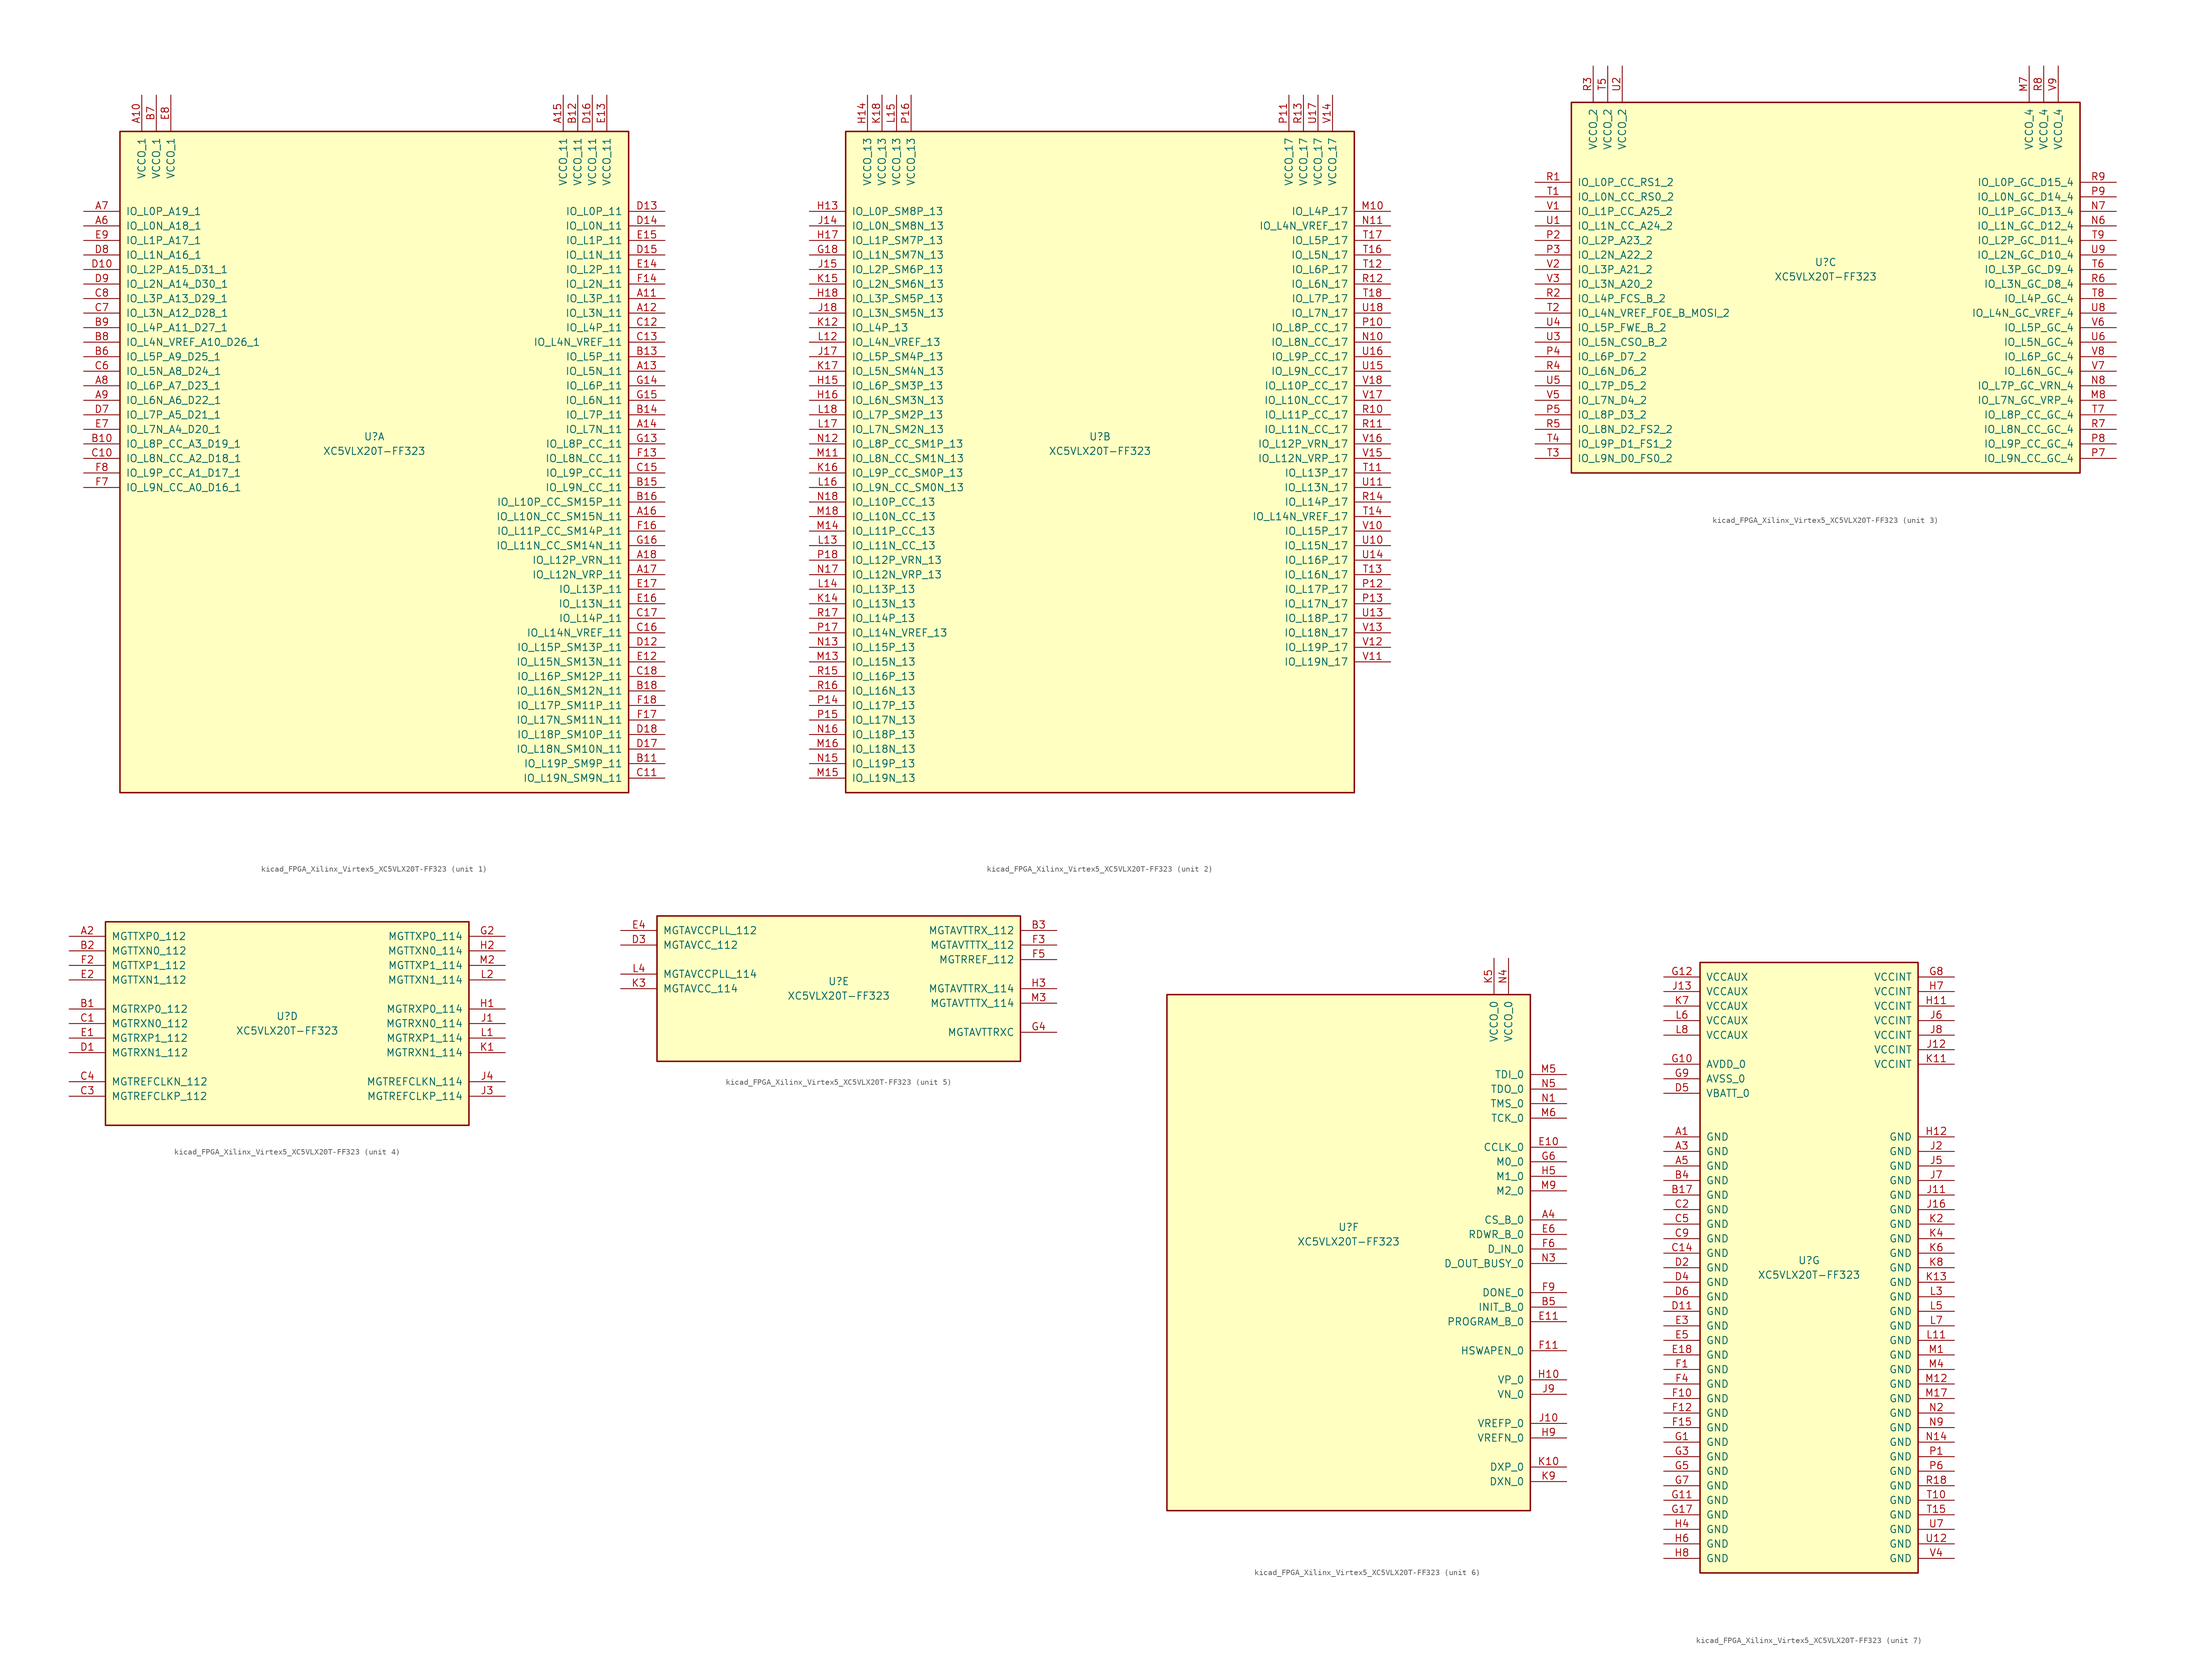
<source format=kicad_sym>
(kicad_symbol_lib
  (version 20220914)
  (generator kicad_symbol_editor)
  (symbol "kicad_FPGA_Xilinx_Virtex5_XC5VLX20T-FF323"
    (pin_names
      (offset 1.016))
    (property "Reference" "U"
      (at 0 1.27 0)
      (effects (font (size 1.27 1.27))))
    (property "Value" "XC5VLX20T-FF323"
      (at 0 -1.27 0)
      (effects (font (size 1.27 1.27))))
    (property "Datasheet" ""
      (at 0 0 0)
      (effects (font (size 1.27 1.27))))
    (property "ki_locked" ""
      (at 0 0 0)
      (effects (font (size 1.27 1.27))))
    (symbol "kicad_FPGA_Xilinx_Virtex5_XC5VLX20T-FF323_1_1"
      (rectangle (start -44.45 54.61) (end 44.45 -60.96) (stroke (width 0.254) (type default)) (fill (type background)))
      (pin power_in line (at -40.64 60.96 270) (length 6.35) (name "VCCO_1" (effects (font (size 1.27 1.27)))) (number "A10" (effects (font (size 1.27 1.27)))))
      (pin bidirectional line (at 50.8 25.4 180) (length 6.35) (name "IO_L3P_11" (effects (font (size 1.27 1.27)))) (number "A11" (effects (font (size 1.27 1.27)))))
      (pin bidirectional line (at 50.8 22.86 180) (length 6.35) (name "IO_L3N_11" (effects (font (size 1.27 1.27)))) (number "A12" (effects (font (size 1.27 1.27)))))
      (pin bidirectional line (at 50.8 12.7 180) (length 6.35) (name "IO_L5N_11" (effects (font (size 1.27 1.27)))) (number "A13" (effects (font (size 1.27 1.27)))))
      (pin bidirectional line (at 50.8 2.54 180) (length 6.35) (name "IO_L7N_11" (effects (font (size 1.27 1.27)))) (number "A14" (effects (font (size 1.27 1.27)))))
      (pin power_in line (at 33.02 60.96 270) (length 6.35) (name "VCCO_11" (effects (font (size 1.27 1.27)))) (number "A15" (effects (font (size 1.27 1.27)))))
      (pin bidirectional line (at 50.8 -12.7 180) (length 6.35) (name "IO_L10N_CC_SM15N_11" (effects (font (size 1.27 1.27)))) (number "A16" (effects (font (size 1.27 1.27)))))
      (pin bidirectional line (at 50.8 -22.86 180) (length 6.35) (name "IO_L12N_VRP_11" (effects (font (size 1.27 1.27)))) (number "A17" (effects (font (size 1.27 1.27)))))
      (pin bidirectional line (at 50.8 -20.32 180) (length 6.35) (name "IO_L12P_VRN_11" (effects (font (size 1.27 1.27)))) (number "A18" (effects (font (size 1.27 1.27)))))
      (pin bidirectional line (at -50.8 38.1 0) (length 6.35) (name "IO_L0N_A18_1" (effects (font (size 1.27 1.27)))) (number "A6" (effects (font (size 1.27 1.27)))))
      (pin bidirectional line (at -50.8 40.64 0) (length 6.35) (name "IO_L0P_A19_1" (effects (font (size 1.27 1.27)))) (number "A7" (effects (font (size 1.27 1.27)))))
      (pin bidirectional line (at -50.8 10.16 0) (length 6.35) (name "IO_L6P_A7_D23_1" (effects (font (size 1.27 1.27)))) (number "A8" (effects (font (size 1.27 1.27)))))
      (pin bidirectional line (at -50.8 7.62 0) (length 6.35) (name "IO_L6N_A6_D22_1" (effects (font (size 1.27 1.27)))) (number "A9" (effects (font (size 1.27 1.27)))))
      (pin bidirectional line (at -50.8 0 0) (length 6.35) (name "IO_L8P_CC_A3_D19_1" (effects (font (size 1.27 1.27)))) (number "B10" (effects (font (size 1.27 1.27)))))
      (pin bidirectional line (at 50.8 -55.88 180) (length 6.35) (name "IO_L19P_SM9P_11" (effects (font (size 1.27 1.27)))) (number "B11" (effects (font (size 1.27 1.27)))))
      (pin power_in line (at 35.56 60.96 270) (length 6.35) (name "VCCO_11" (effects (font (size 1.27 1.27)))) (number "B12" (effects (font (size 1.27 1.27)))))
      (pin bidirectional line (at 50.8 15.24 180) (length 6.35) (name "IO_L5P_11" (effects (font (size 1.27 1.27)))) (number "B13" (effects (font (size 1.27 1.27)))))
      (pin bidirectional line (at 50.8 5.08 180) (length 6.35) (name "IO_L7P_11" (effects (font (size 1.27 1.27)))) (number "B14" (effects (font (size 1.27 1.27)))))
      (pin bidirectional line (at 50.8 -7.62 180) (length 6.35) (name "IO_L9N_CC_11" (effects (font (size 1.27 1.27)))) (number "B15" (effects (font (size 1.27 1.27)))))
      (pin bidirectional line (at 50.8 -10.16 180) (length 6.35) (name "IO_L10P_CC_SM15P_11" (effects (font (size 1.27 1.27)))) (number "B16" (effects (font (size 1.27 1.27)))))
      (pin bidirectional line (at 50.8 -43.18 180) (length 6.35) (name "IO_L16N_SM12N_11" (effects (font (size 1.27 1.27)))) (number "B18" (effects (font (size 1.27 1.27)))))
      (pin bidirectional line (at -50.8 15.24 0) (length 6.35) (name "IO_L5P_A9_D25_1" (effects (font (size 1.27 1.27)))) (number "B6" (effects (font (size 1.27 1.27)))))
      (pin power_in line (at -38.1 60.96 270) (length 6.35) (name "VCCO_1" (effects (font (size 1.27 1.27)))) (number "B7" (effects (font (size 1.27 1.27)))))
      (pin bidirectional line (at -50.8 17.78 0) (length 6.35) (name "IO_L4N_VREF_A10_D26_1" (effects (font (size 1.27 1.27)))) (number "B8" (effects (font (size 1.27 1.27)))))
      (pin bidirectional line (at -50.8 20.32 0) (length 6.35) (name "IO_L4P_A11_D27_1" (effects (font (size 1.27 1.27)))) (number "B9" (effects (font (size 1.27 1.27)))))
      (pin bidirectional line (at -50.8 -2.54 0) (length 6.35) (name "IO_L8N_CC_A2_D18_1" (effects (font (size 1.27 1.27)))) (number "C10" (effects (font (size 1.27 1.27)))))
      (pin bidirectional line (at 50.8 -58.42 180) (length 6.35) (name "IO_L19N_SM9N_11" (effects (font (size 1.27 1.27)))) (number "C11" (effects (font (size 1.27 1.27)))))
      (pin bidirectional line (at 50.8 20.32 180) (length 6.35) (name "IO_L4P_11" (effects (font (size 1.27 1.27)))) (number "C12" (effects (font (size 1.27 1.27)))))
      (pin bidirectional line (at 50.8 17.78 180) (length 6.35) (name "IO_L4N_VREF_11" (effects (font (size 1.27 1.27)))) (number "C13" (effects (font (size 1.27 1.27)))))
      (pin bidirectional line (at 50.8 -5.08 180) (length 6.35) (name "IO_L9P_CC_11" (effects (font (size 1.27 1.27)))) (number "C15" (effects (font (size 1.27 1.27)))))
      (pin bidirectional line (at 50.8 -33.02 180) (length 6.35) (name "IO_L14N_VREF_11" (effects (font (size 1.27 1.27)))) (number "C16" (effects (font (size 1.27 1.27)))))
      (pin bidirectional line (at 50.8 -30.48 180) (length 6.35) (name "IO_L14P_11" (effects (font (size 1.27 1.27)))) (number "C17" (effects (font (size 1.27 1.27)))))
      (pin bidirectional line (at 50.8 -40.64 180) (length 6.35) (name "IO_L16P_SM12P_11" (effects (font (size 1.27 1.27)))) (number "C18" (effects (font (size 1.27 1.27)))))
      (pin bidirectional line (at -50.8 12.7 0) (length 6.35) (name "IO_L5N_A8_D24_1" (effects (font (size 1.27 1.27)))) (number "C6" (effects (font (size 1.27 1.27)))))
      (pin bidirectional line (at -50.8 22.86 0) (length 6.35) (name "IO_L3N_A12_D28_1" (effects (font (size 1.27 1.27)))) (number "C7" (effects (font (size 1.27 1.27)))))
      (pin bidirectional line (at -50.8 25.4 0) (length 6.35) (name "IO_L3P_A13_D29_1" (effects (font (size 1.27 1.27)))) (number "C8" (effects (font (size 1.27 1.27)))))
      (pin bidirectional line (at -50.8 30.48 0) (length 6.35) (name "IO_L2P_A15_D31_1" (effects (font (size 1.27 1.27)))) (number "D10" (effects (font (size 1.27 1.27)))))
      (pin bidirectional line (at 50.8 -35.56 180) (length 6.35) (name "IO_L15P_SM13P_11" (effects (font (size 1.27 1.27)))) (number "D12" (effects (font (size 1.27 1.27)))))
      (pin bidirectional line (at 50.8 40.64 180) (length 6.35) (name "IO_L0P_11" (effects (font (size 1.27 1.27)))) (number "D13" (effects (font (size 1.27 1.27)))))
      (pin bidirectional line (at 50.8 38.1 180) (length 6.35) (name "IO_L0N_11" (effects (font (size 1.27 1.27)))) (number "D14" (effects (font (size 1.27 1.27)))))
      (pin bidirectional line (at 50.8 33.02 180) (length 6.35) (name "IO_L1N_11" (effects (font (size 1.27 1.27)))) (number "D15" (effects (font (size 1.27 1.27)))))
      (pin power_in line (at 38.1 60.96 270) (length 6.35) (name "VCCO_11" (effects (font (size 1.27 1.27)))) (number "D16" (effects (font (size 1.27 1.27)))))
      (pin bidirectional line (at 50.8 -53.34 180) (length 6.35) (name "IO_L18N_SM10N_11" (effects (font (size 1.27 1.27)))) (number "D17" (effects (font (size 1.27 1.27)))))
      (pin bidirectional line (at 50.8 -50.8 180) (length 6.35) (name "IO_L18P_SM10P_11" (effects (font (size 1.27 1.27)))) (number "D18" (effects (font (size 1.27 1.27)))))
      (pin bidirectional line (at -50.8 5.08 0) (length 6.35) (name "IO_L7P_A5_D21_1" (effects (font (size 1.27 1.27)))) (number "D7" (effects (font (size 1.27 1.27)))))
      (pin bidirectional line (at -50.8 33.02 0) (length 6.35) (name "IO_L1N_A16_1" (effects (font (size 1.27 1.27)))) (number "D8" (effects (font (size 1.27 1.27)))))
      (pin bidirectional line (at -50.8 27.94 0) (length 6.35) (name "IO_L2N_A14_D30_1" (effects (font (size 1.27 1.27)))) (number "D9" (effects (font (size 1.27 1.27)))))
      (pin bidirectional line (at 50.8 -38.1 180) (length 6.35) (name "IO_L15N_SM13N_11" (effects (font (size 1.27 1.27)))) (number "E12" (effects (font (size 1.27 1.27)))))
      (pin power_in line (at 40.64 60.96 270) (length 6.35) (name "VCCO_11" (effects (font (size 1.27 1.27)))) (number "E13" (effects (font (size 1.27 1.27)))))
      (pin bidirectional line (at 50.8 30.48 180) (length 6.35) (name "IO_L2P_11" (effects (font (size 1.27 1.27)))) (number "E14" (effects (font (size 1.27 1.27)))))
      (pin bidirectional line (at 50.8 35.56 180) (length 6.35) (name "IO_L1P_11" (effects (font (size 1.27 1.27)))) (number "E15" (effects (font (size 1.27 1.27)))))
      (pin bidirectional line (at 50.8 -27.94 180) (length 6.35) (name "IO_L13N_11" (effects (font (size 1.27 1.27)))) (number "E16" (effects (font (size 1.27 1.27)))))
      (pin bidirectional line (at 50.8 -25.4 180) (length 6.35) (name "IO_L13P_11" (effects (font (size 1.27 1.27)))) (number "E17" (effects (font (size 1.27 1.27)))))
      (pin bidirectional line (at -50.8 2.54 0) (length 6.35) (name "IO_L7N_A4_D20_1" (effects (font (size 1.27 1.27)))) (number "E7" (effects (font (size 1.27 1.27)))))
      (pin power_in line (at -35.56 60.96 270) (length 6.35) (name "VCCO_1" (effects (font (size 1.27 1.27)))) (number "E8" (effects (font (size 1.27 1.27)))))
      (pin bidirectional line (at -50.8 35.56 0) (length 6.35) (name "IO_L1P_A17_1" (effects (font (size 1.27 1.27)))) (number "E9" (effects (font (size 1.27 1.27)))))
      (pin bidirectional line (at 50.8 -2.54 180) (length 6.35) (name "IO_L8N_CC_11" (effects (font (size 1.27 1.27)))) (number "F13" (effects (font (size 1.27 1.27)))))
      (pin bidirectional line (at 50.8 27.94 180) (length 6.35) (name "IO_L2N_11" (effects (font (size 1.27 1.27)))) (number "F14" (effects (font (size 1.27 1.27)))))
      (pin bidirectional line (at 50.8 -15.24 180) (length 6.35) (name "IO_L11P_CC_SM14P_11" (effects (font (size 1.27 1.27)))) (number "F16" (effects (font (size 1.27 1.27)))))
      (pin bidirectional line (at 50.8 -48.26 180) (length 6.35) (name "IO_L17N_SM11N_11" (effects (font (size 1.27 1.27)))) (number "F17" (effects (font (size 1.27 1.27)))))
      (pin bidirectional line (at 50.8 -45.72 180) (length 6.35) (name "IO_L17P_SM11P_11" (effects (font (size 1.27 1.27)))) (number "F18" (effects (font (size 1.27 1.27)))))
      (pin bidirectional line (at -50.8 -7.62 0) (length 6.35) (name "IO_L9N_CC_A0_D16_1" (effects (font (size 1.27 1.27)))) (number "F7" (effects (font (size 1.27 1.27)))))
      (pin bidirectional line (at -50.8 -5.08 0) (length 6.35) (name "IO_L9P_CC_A1_D17_1" (effects (font (size 1.27 1.27)))) (number "F8" (effects (font (size 1.27 1.27)))))
      (pin bidirectional line (at 50.8 0 180) (length 6.35) (name "IO_L8P_CC_11" (effects (font (size 1.27 1.27)))) (number "G13" (effects (font (size 1.27 1.27)))))
      (pin bidirectional line (at 50.8 10.16 180) (length 6.35) (name "IO_L6P_11" (effects (font (size 1.27 1.27)))) (number "G14" (effects (font (size 1.27 1.27)))))
      (pin bidirectional line (at 50.8 7.62 180) (length 6.35) (name "IO_L6N_11" (effects (font (size 1.27 1.27)))) (number "G15" (effects (font (size 1.27 1.27)))))
      (pin bidirectional line (at 50.8 -17.78 180) (length 6.35) (name "IO_L11N_CC_SM14N_11" (effects (font (size 1.27 1.27)))) (number "G16" (effects (font (size 1.27 1.27))))))
    (symbol "kicad_FPGA_Xilinx_Virtex5_XC5VLX20T-FF323_2_1"
      (rectangle (start -44.45 54.61) (end 44.45 -60.96) (stroke (width 0.254) (type default)) (fill (type background)))
      (pin bidirectional line (at -50.8 33.02 0) (length 6.35) (name "IO_L1N_SM7N_13" (effects (font (size 1.27 1.27)))) (number "G18" (effects (font (size 1.27 1.27)))))
      (pin bidirectional line (at -50.8 40.64 0) (length 6.35) (name "IO_L0P_SM8P_13" (effects (font (size 1.27 1.27)))) (number "H13" (effects (font (size 1.27 1.27)))))
      (pin power_in line (at -40.64 60.96 270) (length 6.35) (name "VCCO_13" (effects (font (size 1.27 1.27)))) (number "H14" (effects (font (size 1.27 1.27)))))
      (pin bidirectional line (at -50.8 10.16 0) (length 6.35) (name "IO_L6P_SM3P_13" (effects (font (size 1.27 1.27)))) (number "H15" (effects (font (size 1.27 1.27)))))
      (pin bidirectional line (at -50.8 7.62 0) (length 6.35) (name "IO_L6N_SM3N_13" (effects (font (size 1.27 1.27)))) (number "H16" (effects (font (size 1.27 1.27)))))
      (pin bidirectional line (at -50.8 35.56 0) (length 6.35) (name "IO_L1P_SM7P_13" (effects (font (size 1.27 1.27)))) (number "H17" (effects (font (size 1.27 1.27)))))
      (pin bidirectional line (at -50.8 25.4 0) (length 6.35) (name "IO_L3P_SM5P_13" (effects (font (size 1.27 1.27)))) (number "H18" (effects (font (size 1.27 1.27)))))
      (pin bidirectional line (at -50.8 38.1 0) (length 6.35) (name "IO_L0N_SM8N_13" (effects (font (size 1.27 1.27)))) (number "J14" (effects (font (size 1.27 1.27)))))
      (pin bidirectional line (at -50.8 30.48 0) (length 6.35) (name "IO_L2P_SM6P_13" (effects (font (size 1.27 1.27)))) (number "J15" (effects (font (size 1.27 1.27)))))
      (pin bidirectional line (at -50.8 15.24 0) (length 6.35) (name "IO_L5P_SM4P_13" (effects (font (size 1.27 1.27)))) (number "J17" (effects (font (size 1.27 1.27)))))
      (pin bidirectional line (at -50.8 22.86 0) (length 6.35) (name "IO_L3N_SM5N_13" (effects (font (size 1.27 1.27)))) (number "J18" (effects (font (size 1.27 1.27)))))
      (pin bidirectional line (at -50.8 20.32 0) (length 6.35) (name "IO_L4P_13" (effects (font (size 1.27 1.27)))) (number "K12" (effects (font (size 1.27 1.27)))))
      (pin bidirectional line (at -50.8 -27.94 0) (length 6.35) (name "IO_L13N_13" (effects (font (size 1.27 1.27)))) (number "K14" (effects (font (size 1.27 1.27)))))
      (pin bidirectional line (at -50.8 27.94 0) (length 6.35) (name "IO_L2N_SM6N_13" (effects (font (size 1.27 1.27)))) (number "K15" (effects (font (size 1.27 1.27)))))
      (pin bidirectional line (at -50.8 -5.08 0) (length 6.35) (name "IO_L9P_CC_SM0P_13" (effects (font (size 1.27 1.27)))) (number "K16" (effects (font (size 1.27 1.27)))))
      (pin bidirectional line (at -50.8 12.7 0) (length 6.35) (name "IO_L5N_SM4N_13" (effects (font (size 1.27 1.27)))) (number "K17" (effects (font (size 1.27 1.27)))))
      (pin power_in line (at -38.1 60.96 270) (length 6.35) (name "VCCO_13" (effects (font (size 1.27 1.27)))) (number "K18" (effects (font (size 1.27 1.27)))))
      (pin bidirectional line (at -50.8 17.78 0) (length 6.35) (name "IO_L4N_VREF_13" (effects (font (size 1.27 1.27)))) (number "L12" (effects (font (size 1.27 1.27)))))
      (pin bidirectional line (at -50.8 -17.78 0) (length 6.35) (name "IO_L11N_CC_13" (effects (font (size 1.27 1.27)))) (number "L13" (effects (font (size 1.27 1.27)))))
      (pin bidirectional line (at -50.8 -25.4 0) (length 6.35) (name "IO_L13P_13" (effects (font (size 1.27 1.27)))) (number "L14" (effects (font (size 1.27 1.27)))))
      (pin power_in line (at -35.56 60.96 270) (length 6.35) (name "VCCO_13" (effects (font (size 1.27 1.27)))) (number "L15" (effects (font (size 1.27 1.27)))))
      (pin bidirectional line (at -50.8 -7.62 0) (length 6.35) (name "IO_L9N_CC_SM0N_13" (effects (font (size 1.27 1.27)))) (number "L16" (effects (font (size 1.27 1.27)))))
      (pin bidirectional line (at -50.8 2.54 0) (length 6.35) (name "IO_L7N_SM2N_13" (effects (font (size 1.27 1.27)))) (number "L17" (effects (font (size 1.27 1.27)))))
      (pin bidirectional line (at -50.8 5.08 0) (length 6.35) (name "IO_L7P_SM2P_13" (effects (font (size 1.27 1.27)))) (number "L18" (effects (font (size 1.27 1.27)))))
      (pin bidirectional line (at 50.8 40.64 180) (length 6.35) (name "IO_L4P_17" (effects (font (size 1.27 1.27)))) (number "M10" (effects (font (size 1.27 1.27)))))
      (pin bidirectional line (at -50.8 -2.54 0) (length 6.35) (name "IO_L8N_CC_SM1N_13" (effects (font (size 1.27 1.27)))) (number "M11" (effects (font (size 1.27 1.27)))))
      (pin bidirectional line (at -50.8 -38.1 0) (length 6.35) (name "IO_L15N_13" (effects (font (size 1.27 1.27)))) (number "M13" (effects (font (size 1.27 1.27)))))
      (pin bidirectional line (at -50.8 -15.24 0) (length 6.35) (name "IO_L11P_CC_13" (effects (font (size 1.27 1.27)))) (number "M14" (effects (font (size 1.27 1.27)))))
      (pin bidirectional line (at -50.8 -58.42 0) (length 6.35) (name "IO_L19N_13" (effects (font (size 1.27 1.27)))) (number "M15" (effects (font (size 1.27 1.27)))))
      (pin bidirectional line (at -50.8 -53.34 0) (length 6.35) (name "IO_L18N_13" (effects (font (size 1.27 1.27)))) (number "M16" (effects (font (size 1.27 1.27)))))
      (pin bidirectional line (at -50.8 -12.7 0) (length 6.35) (name "IO_L10N_CC_13" (effects (font (size 1.27 1.27)))) (number "M18" (effects (font (size 1.27 1.27)))))
      (pin bidirectional line (at 50.8 17.78 180) (length 6.35) (name "IO_L8N_CC_17" (effects (font (size 1.27 1.27)))) (number "N10" (effects (font (size 1.27 1.27)))))
      (pin bidirectional line (at 50.8 38.1 180) (length 6.35) (name "IO_L4N_VREF_17" (effects (font (size 1.27 1.27)))) (number "N11" (effects (font (size 1.27 1.27)))))
      (pin bidirectional line (at -50.8 0 0) (length 6.35) (name "IO_L8P_CC_SM1P_13" (effects (font (size 1.27 1.27)))) (number "N12" (effects (font (size 1.27 1.27)))))
      (pin bidirectional line (at -50.8 -35.56 0) (length 6.35) (name "IO_L15P_13" (effects (font (size 1.27 1.27)))) (number "N13" (effects (font (size 1.27 1.27)))))
      (pin bidirectional line (at -50.8 -55.88 0) (length 6.35) (name "IO_L19P_13" (effects (font (size 1.27 1.27)))) (number "N15" (effects (font (size 1.27 1.27)))))
      (pin bidirectional line (at -50.8 -50.8 0) (length 6.35) (name "IO_L18P_13" (effects (font (size 1.27 1.27)))) (number "N16" (effects (font (size 1.27 1.27)))))
      (pin bidirectional line (at -50.8 -22.86 0) (length 6.35) (name "IO_L12N_VRP_13" (effects (font (size 1.27 1.27)))) (number "N17" (effects (font (size 1.27 1.27)))))
      (pin bidirectional line (at -50.8 -10.16 0) (length 6.35) (name "IO_L10P_CC_13" (effects (font (size 1.27 1.27)))) (number "N18" (effects (font (size 1.27 1.27)))))
      (pin bidirectional line (at 50.8 20.32 180) (length 6.35) (name "IO_L8P_CC_17" (effects (font (size 1.27 1.27)))) (number "P10" (effects (font (size 1.27 1.27)))))
      (pin power_in line (at 33.02 60.96 270) (length 6.35) (name "VCCO_17" (effects (font (size 1.27 1.27)))) (number "P11" (effects (font (size 1.27 1.27)))))
      (pin bidirectional line (at 50.8 -25.4 180) (length 6.35) (name "IO_L17P_17" (effects (font (size 1.27 1.27)))) (number "P12" (effects (font (size 1.27 1.27)))))
      (pin bidirectional line (at 50.8 -27.94 180) (length 6.35) (name "IO_L17N_17" (effects (font (size 1.27 1.27)))) (number "P13" (effects (font (size 1.27 1.27)))))
      (pin bidirectional line (at -50.8 -45.72 0) (length 6.35) (name "IO_L17P_13" (effects (font (size 1.27 1.27)))) (number "P14" (effects (font (size 1.27 1.27)))))
      (pin bidirectional line (at -50.8 -48.26 0) (length 6.35) (name "IO_L17N_13" (effects (font (size 1.27 1.27)))) (number "P15" (effects (font (size 1.27 1.27)))))
      (pin power_in line (at -33.02 60.96 270) (length 6.35) (name "VCCO_13" (effects (font (size 1.27 1.27)))) (number "P16" (effects (font (size 1.27 1.27)))))
      (pin bidirectional line (at -50.8 -33.02 0) (length 6.35) (name "IO_L14N_VREF_13" (effects (font (size 1.27 1.27)))) (number "P17" (effects (font (size 1.27 1.27)))))
      (pin bidirectional line (at -50.8 -20.32 0) (length 6.35) (name "IO_L12P_VRN_13" (effects (font (size 1.27 1.27)))) (number "P18" (effects (font (size 1.27 1.27)))))
      (pin bidirectional line (at 50.8 5.08 180) (length 6.35) (name "IO_L11P_CC_17" (effects (font (size 1.27 1.27)))) (number "R10" (effects (font (size 1.27 1.27)))))
      (pin bidirectional line (at 50.8 2.54 180) (length 6.35) (name "IO_L11N_CC_17" (effects (font (size 1.27 1.27)))) (number "R11" (effects (font (size 1.27 1.27)))))
      (pin bidirectional line (at 50.8 27.94 180) (length 6.35) (name "IO_L6N_17" (effects (font (size 1.27 1.27)))) (number "R12" (effects (font (size 1.27 1.27)))))
      (pin power_in line (at 35.56 60.96 270) (length 6.35) (name "VCCO_17" (effects (font (size 1.27 1.27)))) (number "R13" (effects (font (size 1.27 1.27)))))
      (pin bidirectional line (at 50.8 -10.16 180) (length 6.35) (name "IO_L14P_17" (effects (font (size 1.27 1.27)))) (number "R14" (effects (font (size 1.27 1.27)))))
      (pin bidirectional line (at -50.8 -40.64 0) (length 6.35) (name "IO_L16P_13" (effects (font (size 1.27 1.27)))) (number "R15" (effects (font (size 1.27 1.27)))))
      (pin bidirectional line (at -50.8 -43.18 0) (length 6.35) (name "IO_L16N_13" (effects (font (size 1.27 1.27)))) (number "R16" (effects (font (size 1.27 1.27)))))
      (pin bidirectional line (at -50.8 -30.48 0) (length 6.35) (name "IO_L14P_13" (effects (font (size 1.27 1.27)))) (number "R17" (effects (font (size 1.27 1.27)))))
      (pin bidirectional line (at 50.8 -5.08 180) (length 6.35) (name "IO_L13P_17" (effects (font (size 1.27 1.27)))) (number "T11" (effects (font (size 1.27 1.27)))))
      (pin bidirectional line (at 50.8 30.48 180) (length 6.35) (name "IO_L6P_17" (effects (font (size 1.27 1.27)))) (number "T12" (effects (font (size 1.27 1.27)))))
      (pin bidirectional line (at 50.8 -22.86 180) (length 6.35) (name "IO_L16N_17" (effects (font (size 1.27 1.27)))) (number "T13" (effects (font (size 1.27 1.27)))))
      (pin bidirectional line (at 50.8 -12.7 180) (length 6.35) (name "IO_L14N_VREF_17" (effects (font (size 1.27 1.27)))) (number "T14" (effects (font (size 1.27 1.27)))))
      (pin bidirectional line (at 50.8 33.02 180) (length 6.35) (name "IO_L5N_17" (effects (font (size 1.27 1.27)))) (number "T16" (effects (font (size 1.27 1.27)))))
      (pin bidirectional line (at 50.8 35.56 180) (length 6.35) (name "IO_L5P_17" (effects (font (size 1.27 1.27)))) (number "T17" (effects (font (size 1.27 1.27)))))
      (pin bidirectional line (at 50.8 25.4 180) (length 6.35) (name "IO_L7P_17" (effects (font (size 1.27 1.27)))) (number "T18" (effects (font (size 1.27 1.27)))))
      (pin bidirectional line (at 50.8 -17.78 180) (length 6.35) (name "IO_L15N_17" (effects (font (size 1.27 1.27)))) (number "U10" (effects (font (size 1.27 1.27)))))
      (pin bidirectional line (at 50.8 -7.62 180) (length 6.35) (name "IO_L13N_17" (effects (font (size 1.27 1.27)))) (number "U11" (effects (font (size 1.27 1.27)))))
      (pin bidirectional line (at 50.8 -30.48 180) (length 6.35) (name "IO_L18P_17" (effects (font (size 1.27 1.27)))) (number "U13" (effects (font (size 1.27 1.27)))))
      (pin bidirectional line (at 50.8 -20.32 180) (length 6.35) (name "IO_L16P_17" (effects (font (size 1.27 1.27)))) (number "U14" (effects (font (size 1.27 1.27)))))
      (pin bidirectional line (at 50.8 12.7 180) (length 6.35) (name "IO_L9N_CC_17" (effects (font (size 1.27 1.27)))) (number "U15" (effects (font (size 1.27 1.27)))))
      (pin bidirectional line (at 50.8 15.24 180) (length 6.35) (name "IO_L9P_CC_17" (effects (font (size 1.27 1.27)))) (number "U16" (effects (font (size 1.27 1.27)))))
      (pin power_in line (at 38.1 60.96 270) (length 6.35) (name "VCCO_17" (effects (font (size 1.27 1.27)))) (number "U17" (effects (font (size 1.27 1.27)))))
      (pin bidirectional line (at 50.8 22.86 180) (length 6.35) (name "IO_L7N_17" (effects (font (size 1.27 1.27)))) (number "U18" (effects (font (size 1.27 1.27)))))
      (pin bidirectional line (at 50.8 -15.24 180) (length 6.35) (name "IO_L15P_17" (effects (font (size 1.27 1.27)))) (number "V10" (effects (font (size 1.27 1.27)))))
      (pin bidirectional line (at 50.8 -38.1 180) (length 6.35) (name "IO_L19N_17" (effects (font (size 1.27 1.27)))) (number "V11" (effects (font (size 1.27 1.27)))))
      (pin bidirectional line (at 50.8 -35.56 180) (length 6.35) (name "IO_L19P_17" (effects (font (size 1.27 1.27)))) (number "V12" (effects (font (size 1.27 1.27)))))
      (pin bidirectional line (at 50.8 -33.02 180) (length 6.35) (name "IO_L18N_17" (effects (font (size 1.27 1.27)))) (number "V13" (effects (font (size 1.27 1.27)))))
      (pin power_in line (at 40.64 60.96 270) (length 6.35) (name "VCCO_17" (effects (font (size 1.27 1.27)))) (number "V14" (effects (font (size 1.27 1.27)))))
      (pin bidirectional line (at 50.8 -2.54 180) (length 6.35) (name "IO_L12N_VRP_17" (effects (font (size 1.27 1.27)))) (number "V15" (effects (font (size 1.27 1.27)))))
      (pin bidirectional line (at 50.8 0 180) (length 6.35) (name "IO_L12P_VRN_17" (effects (font (size 1.27 1.27)))) (number "V16" (effects (font (size 1.27 1.27)))))
      (pin bidirectional line (at 50.8 7.62 180) (length 6.35) (name "IO_L10N_CC_17" (effects (font (size 1.27 1.27)))) (number "V17" (effects (font (size 1.27 1.27)))))
      (pin bidirectional line (at 50.8 10.16 180) (length 6.35) (name "IO_L10P_CC_17" (effects (font (size 1.27 1.27)))) (number "V18" (effects (font (size 1.27 1.27))))))
    (symbol "kicad_FPGA_Xilinx_Virtex5_XC5VLX20T-FF323_3_1"
      (rectangle (start -44.45 29.21) (end 44.45 -35.56) (stroke (width 0.254) (type default)) (fill (type background)))
      (pin power_in line (at 35.56 35.56 270) (length 6.35) (name "VCCO_4" (effects (font (size 1.27 1.27)))) (number "M7" (effects (font (size 1.27 1.27)))))
      (pin bidirectional line (at 50.8 -22.86 180) (length 6.35) (name "IO_L7N_GC_VRP_4" (effects (font (size 1.27 1.27)))) (number "M8" (effects (font (size 1.27 1.27)))))
      (pin bidirectional line (at 50.8 7.62 180) (length 6.35) (name "IO_L1N_GC_D12_4" (effects (font (size 1.27 1.27)))) (number "N6" (effects (font (size 1.27 1.27)))))
      (pin bidirectional line (at 50.8 10.16 180) (length 6.35) (name "IO_L1P_GC_D13_4" (effects (font (size 1.27 1.27)))) (number "N7" (effects (font (size 1.27 1.27)))))
      (pin bidirectional line (at 50.8 -20.32 180) (length 6.35) (name "IO_L7P_GC_VRN_4" (effects (font (size 1.27 1.27)))) (number "N8" (effects (font (size 1.27 1.27)))))
      (pin bidirectional line (at -50.8 5.08 0) (length 6.35) (name "IO_L2P_A23_2" (effects (font (size 1.27 1.27)))) (number "P2" (effects (font (size 1.27 1.27)))))
      (pin bidirectional line (at -50.8 2.54 0) (length 6.35) (name "IO_L2N_A22_2" (effects (font (size 1.27 1.27)))) (number "P3" (effects (font (size 1.27 1.27)))))
      (pin bidirectional line (at -50.8 -15.24 0) (length 6.35) (name "IO_L6P_D7_2" (effects (font (size 1.27 1.27)))) (number "P4" (effects (font (size 1.27 1.27)))))
      (pin bidirectional line (at -50.8 -25.4 0) (length 6.35) (name "IO_L8P_D3_2" (effects (font (size 1.27 1.27)))) (number "P5" (effects (font (size 1.27 1.27)))))
      (pin bidirectional line (at 50.8 -33.02 180) (length 6.35) (name "IO_L9N_CC_GC_4" (effects (font (size 1.27 1.27)))) (number "P7" (effects (font (size 1.27 1.27)))))
      (pin bidirectional line (at 50.8 -30.48 180) (length 6.35) (name "IO_L9P_CC_GC_4" (effects (font (size 1.27 1.27)))) (number "P8" (effects (font (size 1.27 1.27)))))
      (pin bidirectional line (at 50.8 12.7 180) (length 6.35) (name "IO_L0N_GC_D14_4" (effects (font (size 1.27 1.27)))) (number "P9" (effects (font (size 1.27 1.27)))))
      (pin bidirectional line (at -50.8 15.24 0) (length 6.35) (name "IO_L0P_CC_RS1_2" (effects (font (size 1.27 1.27)))) (number "R1" (effects (font (size 1.27 1.27)))))
      (pin bidirectional line (at -50.8 -5.08 0) (length 6.35) (name "IO_L4P_FCS_B_2" (effects (font (size 1.27 1.27)))) (number "R2" (effects (font (size 1.27 1.27)))))
      (pin power_in line (at -40.64 35.56 270) (length 6.35) (name "VCCO_2" (effects (font (size 1.27 1.27)))) (number "R3" (effects (font (size 1.27 1.27)))))
      (pin bidirectional line (at -50.8 -17.78 0) (length 6.35) (name "IO_L6N_D6_2" (effects (font (size 1.27 1.27)))) (number "R4" (effects (font (size 1.27 1.27)))))
      (pin bidirectional line (at -50.8 -27.94 0) (length 6.35) (name "IO_L8N_D2_FS2_2" (effects (font (size 1.27 1.27)))) (number "R5" (effects (font (size 1.27 1.27)))))
      (pin bidirectional line (at 50.8 -2.54 180) (length 6.35) (name "IO_L3N_GC_D8_4" (effects (font (size 1.27 1.27)))) (number "R6" (effects (font (size 1.27 1.27)))))
      (pin bidirectional line (at 50.8 -27.94 180) (length 6.35) (name "IO_L8N_CC_GC_4" (effects (font (size 1.27 1.27)))) (number "R7" (effects (font (size 1.27 1.27)))))
      (pin power_in line (at 38.1 35.56 270) (length 6.35) (name "VCCO_4" (effects (font (size 1.27 1.27)))) (number "R8" (effects (font (size 1.27 1.27)))))
      (pin bidirectional line (at 50.8 15.24 180) (length 6.35) (name "IO_L0P_GC_D15_4" (effects (font (size 1.27 1.27)))) (number "R9" (effects (font (size 1.27 1.27)))))
      (pin bidirectional line (at -50.8 12.7 0) (length 6.35) (name "IO_L0N_CC_RS0_2" (effects (font (size 1.27 1.27)))) (number "T1" (effects (font (size 1.27 1.27)))))
      (pin bidirectional line (at -50.8 -7.62 0) (length 6.35) (name "IO_L4N_VREF_FOE_B_MOSI_2" (effects (font (size 1.27 1.27)))) (number "T2" (effects (font (size 1.27 1.27)))))
      (pin bidirectional line (at -50.8 -33.02 0) (length 6.35) (name "IO_L9N_D0_FS0_2" (effects (font (size 1.27 1.27)))) (number "T3" (effects (font (size 1.27 1.27)))))
      (pin bidirectional line (at -50.8 -30.48 0) (length 6.35) (name "IO_L9P_D1_FS1_2" (effects (font (size 1.27 1.27)))) (number "T4" (effects (font (size 1.27 1.27)))))
      (pin power_in line (at -38.1 35.56 270) (length 6.35) (name "VCCO_2" (effects (font (size 1.27 1.27)))) (number "T5" (effects (font (size 1.27 1.27)))))
      (pin bidirectional line (at 50.8 0 180) (length 6.35) (name "IO_L3P_GC_D9_4" (effects (font (size 1.27 1.27)))) (number "T6" (effects (font (size 1.27 1.27)))))
      (pin bidirectional line (at 50.8 -25.4 180) (length 6.35) (name "IO_L8P_CC_GC_4" (effects (font (size 1.27 1.27)))) (number "T7" (effects (font (size 1.27 1.27)))))
      (pin bidirectional line (at 50.8 -5.08 180) (length 6.35) (name "IO_L4P_GC_4" (effects (font (size 1.27 1.27)))) (number "T8" (effects (font (size 1.27 1.27)))))
      (pin bidirectional line (at 50.8 5.08 180) (length 6.35) (name "IO_L2P_GC_D11_4" (effects (font (size 1.27 1.27)))) (number "T9" (effects (font (size 1.27 1.27)))))
      (pin bidirectional line (at -50.8 7.62 0) (length 6.35) (name "IO_L1N_CC_A24_2" (effects (font (size 1.27 1.27)))) (number "U1" (effects (font (size 1.27 1.27)))))
      (pin power_in line (at -35.56 35.56 270) (length 6.35) (name "VCCO_2" (effects (font (size 1.27 1.27)))) (number "U2" (effects (font (size 1.27 1.27)))))
      (pin bidirectional line (at -50.8 -12.7 0) (length 6.35) (name "IO_L5N_CSO_B_2" (effects (font (size 1.27 1.27)))) (number "U3" (effects (font (size 1.27 1.27)))))
      (pin bidirectional line (at -50.8 -10.16 0) (length 6.35) (name "IO_L5P_FWE_B_2" (effects (font (size 1.27 1.27)))) (number "U4" (effects (font (size 1.27 1.27)))))
      (pin bidirectional line (at -50.8 -20.32 0) (length 6.35) (name "IO_L7P_D5_2" (effects (font (size 1.27 1.27)))) (number "U5" (effects (font (size 1.27 1.27)))))
      (pin bidirectional line (at 50.8 -12.7 180) (length 6.35) (name "IO_L5N_GC_4" (effects (font (size 1.27 1.27)))) (number "U6" (effects (font (size 1.27 1.27)))))
      (pin bidirectional line (at 50.8 -7.62 180) (length 6.35) (name "IO_L4N_GC_VREF_4" (effects (font (size 1.27 1.27)))) (number "U8" (effects (font (size 1.27 1.27)))))
      (pin bidirectional line (at 50.8 2.54 180) (length 6.35) (name "IO_L2N_GC_D10_4" (effects (font (size 1.27 1.27)))) (number "U9" (effects (font (size 1.27 1.27)))))
      (pin bidirectional line (at -50.8 10.16 0) (length 6.35) (name "IO_L1P_CC_A25_2" (effects (font (size 1.27 1.27)))) (number "V1" (effects (font (size 1.27 1.27)))))
      (pin bidirectional line (at -50.8 0 0) (length 6.35) (name "IO_L3P_A21_2" (effects (font (size 1.27 1.27)))) (number "V2" (effects (font (size 1.27 1.27)))))
      (pin bidirectional line (at -50.8 -2.54 0) (length 6.35) (name "IO_L3N_A20_2" (effects (font (size 1.27 1.27)))) (number "V3" (effects (font (size 1.27 1.27)))))
      (pin bidirectional line (at -50.8 -22.86 0) (length 6.35) (name "IO_L7N_D4_2" (effects (font (size 1.27 1.27)))) (number "V5" (effects (font (size 1.27 1.27)))))
      (pin bidirectional line (at 50.8 -10.16 180) (length 6.35) (name "IO_L5P_GC_4" (effects (font (size 1.27 1.27)))) (number "V6" (effects (font (size 1.27 1.27)))))
      (pin bidirectional line (at 50.8 -17.78 180) (length 6.35) (name "IO_L6N_GC_4" (effects (font (size 1.27 1.27)))) (number "V7" (effects (font (size 1.27 1.27)))))
      (pin bidirectional line (at 50.8 -15.24 180) (length 6.35) (name "IO_L6P_GC_4" (effects (font (size 1.27 1.27)))) (number "V8" (effects (font (size 1.27 1.27)))))
      (pin power_in line (at 40.64 35.56 270) (length 6.35) (name "VCCO_4" (effects (font (size 1.27 1.27)))) (number "V9" (effects (font (size 1.27 1.27))))))
    (symbol "kicad_FPGA_Xilinx_Virtex5_XC5VLX20T-FF323_4_1"
      (rectangle (start -31.75 17.78) (end 31.75 -17.78) (stroke (width 0.254) (type default)) (fill (type background)))
      (pin bidirectional line (at -38.1 15.24 0) (length 6.35) (name "MGTTXP0_112" (effects (font (size 1.27 1.27)))) (number "A2" (effects (font (size 1.27 1.27)))))
      (pin bidirectional line (at -38.1 2.54 0) (length 6.35) (name "MGTRXP0_112" (effects (font (size 1.27 1.27)))) (number "B1" (effects (font (size 1.27 1.27)))))
      (pin bidirectional line (at -38.1 12.7 0) (length 6.35) (name "MGTTXN0_112" (effects (font (size 1.27 1.27)))) (number "B2" (effects (font (size 1.27 1.27)))))
      (pin bidirectional line (at -38.1 0 0) (length 6.35) (name "MGTRXN0_112" (effects (font (size 1.27 1.27)))) (number "C1" (effects (font (size 1.27 1.27)))))
      (pin bidirectional line (at -38.1 -12.7 0) (length 6.35) (name "MGTREFCLKP_112" (effects (font (size 1.27 1.27)))) (number "C3" (effects (font (size 1.27 1.27)))))
      (pin bidirectional line (at -38.1 -10.16 0) (length 6.35) (name "MGTREFCLKN_112" (effects (font (size 1.27 1.27)))) (number "C4" (effects (font (size 1.27 1.27)))))
      (pin bidirectional line (at -38.1 -5.08 0) (length 6.35) (name "MGTRXN1_112" (effects (font (size 1.27 1.27)))) (number "D1" (effects (font (size 1.27 1.27)))))
      (pin bidirectional line (at -38.1 -2.54 0) (length 6.35) (name "MGTRXP1_112" (effects (font (size 1.27 1.27)))) (number "E1" (effects (font (size 1.27 1.27)))))
      (pin bidirectional line (at -38.1 7.62 0) (length 6.35) (name "MGTTXN1_112" (effects (font (size 1.27 1.27)))) (number "E2" (effects (font (size 1.27 1.27)))))
      (pin bidirectional line (at -38.1 10.16 0) (length 6.35) (name "MGTTXP1_112" (effects (font (size 1.27 1.27)))) (number "F2" (effects (font (size 1.27 1.27)))))
      (pin bidirectional line (at 38.1 15.24 180) (length 6.35) (name "MGTTXP0_114" (effects (font (size 1.27 1.27)))) (number "G2" (effects (font (size 1.27 1.27)))))
      (pin bidirectional line (at 38.1 2.54 180) (length 6.35) (name "MGTRXP0_114" (effects (font (size 1.27 1.27)))) (number "H1" (effects (font (size 1.27 1.27)))))
      (pin bidirectional line (at 38.1 12.7 180) (length 6.35) (name "MGTTXN0_114" (effects (font (size 1.27 1.27)))) (number "H2" (effects (font (size 1.27 1.27)))))
      (pin bidirectional line (at 38.1 0 180) (length 6.35) (name "MGTRXN0_114" (effects (font (size 1.27 1.27)))) (number "J1" (effects (font (size 1.27 1.27)))))
      (pin bidirectional line (at 38.1 -12.7 180) (length 6.35) (name "MGTREFCLKP_114" (effects (font (size 1.27 1.27)))) (number "J3" (effects (font (size 1.27 1.27)))))
      (pin bidirectional line (at 38.1 -10.16 180) (length 6.35) (name "MGTREFCLKN_114" (effects (font (size 1.27 1.27)))) (number "J4" (effects (font (size 1.27 1.27)))))
      (pin bidirectional line (at 38.1 -5.08 180) (length 6.35) (name "MGTRXN1_114" (effects (font (size 1.27 1.27)))) (number "K1" (effects (font (size 1.27 1.27)))))
      (pin bidirectional line (at 38.1 -2.54 180) (length 6.35) (name "MGTRXP1_114" (effects (font (size 1.27 1.27)))) (number "L1" (effects (font (size 1.27 1.27)))))
      (pin bidirectional line (at 38.1 7.62 180) (length 6.35) (name "MGTTXN1_114" (effects (font (size 1.27 1.27)))) (number "L2" (effects (font (size 1.27 1.27)))))
      (pin bidirectional line (at 38.1 10.16 180) (length 6.35) (name "MGTTXP1_114" (effects (font (size 1.27 1.27)))) (number "M2" (effects (font (size 1.27 1.27))))))
    (symbol "kicad_FPGA_Xilinx_Virtex5_XC5VLX20T-FF323_5_1"
      (rectangle (start -31.75 12.7) (end 31.75 -12.7) (stroke (width 0.254) (type default)) (fill (type background)))
      (pin power_in line (at 38.1 10.16 180) (length 6.35) (name "MGTAVTTRX_112" (effects (font (size 1.27 1.27)))) (number "B3" (effects (font (size 1.27 1.27)))))
      (pin power_in line (at -38.1 7.62 0) (length 6.35) (name "MGTAVCC_112" (effects (font (size 1.27 1.27)))) (number "D3" (effects (font (size 1.27 1.27)))))
      (pin power_in line (at -38.1 10.16 0) (length 6.35) (name "MGTAVCCPLL_112" (effects (font (size 1.27 1.27)))) (number "E4" (effects (font (size 1.27 1.27)))))
      (pin power_in line (at 38.1 7.62 180) (length 6.35) (name "MGTAVTTTX_112" (effects (font (size 1.27 1.27)))) (number "F3" (effects (font (size 1.27 1.27)))))
      (pin power_in line (at 38.1 5.08 180) (length 6.35) (name "MGTRREF_112" (effects (font (size 1.27 1.27)))) (number "F5" (effects (font (size 1.27 1.27)))))
      (pin power_in line (at 38.1 -7.62 180) (length 6.35) (name "MGTAVTTRXC" (effects (font (size 1.27 1.27)))) (number "G4" (effects (font (size 1.27 1.27)))))
      (pin power_in line (at 38.1 0 180) (length 6.35) (name "MGTAVTTRX_114" (effects (font (size 1.27 1.27)))) (number "H3" (effects (font (size 1.27 1.27)))))
      (pin power_in line (at -38.1 0 0) (length 6.35) (name "MGTAVCC_114" (effects (font (size 1.27 1.27)))) (number "K3" (effects (font (size 1.27 1.27)))))
      (pin power_in line (at -38.1 2.54 0) (length 6.35) (name "MGTAVCCPLL_114" (effects (font (size 1.27 1.27)))) (number "L4" (effects (font (size 1.27 1.27)))))
      (pin power_in line (at 38.1 -2.54 180) (length 6.35) (name "MGTAVTTTX_114" (effects (font (size 1.27 1.27)))) (number "M3" (effects (font (size 1.27 1.27))))))
    (symbol "kicad_FPGA_Xilinx_Virtex5_XC5VLX20T-FF323_6_1"
      (rectangle (start -31.75 41.91) (end 31.75 -48.26) (stroke (width 0.254) (type default)) (fill (type background)))
      (pin bidirectional line (at 38.1 2.54 180) (length 6.35) (name "CS_B_0" (effects (font (size 1.27 1.27)))) (number "A4" (effects (font (size 1.27 1.27)))))
      (pin bidirectional line (at 38.1 -12.7 180) (length 6.35) (name "INIT_B_0" (effects (font (size 1.27 1.27)))) (number "B5" (effects (font (size 1.27 1.27)))))
      (pin bidirectional line (at 38.1 15.24 180) (length 6.35) (name "CCLK_0" (effects (font (size 1.27 1.27)))) (number "E10" (effects (font (size 1.27 1.27)))))
      (pin bidirectional line (at 38.1 -15.24 180) (length 6.35) (name "PROGRAM_B_0" (effects (font (size 1.27 1.27)))) (number "E11" (effects (font (size 1.27 1.27)))))
      (pin bidirectional line (at 38.1 0 180) (length 6.35) (name "RDWR_B_0" (effects (font (size 1.27 1.27)))) (number "E6" (effects (font (size 1.27 1.27)))))
      (pin bidirectional line (at 38.1 -20.32 180) (length 6.35) (name "HSWAPEN_0" (effects (font (size 1.27 1.27)))) (number "F11" (effects (font (size 1.27 1.27)))))
      (pin bidirectional line (at 38.1 -2.54 180) (length 6.35) (name "D_IN_0" (effects (font (size 1.27 1.27)))) (number "F6" (effects (font (size 1.27 1.27)))))
      (pin bidirectional line (at 38.1 -10.16 180) (length 6.35) (name "DONE_0" (effects (font (size 1.27 1.27)))) (number "F9" (effects (font (size 1.27 1.27)))))
      (pin bidirectional line (at 38.1 12.7 180) (length 6.35) (name "M0_0" (effects (font (size 1.27 1.27)))) (number "G6" (effects (font (size 1.27 1.27)))))
      (pin bidirectional line (at 38.1 -25.4 180) (length 6.35) (name "VP_0" (effects (font (size 1.27 1.27)))) (number "H10" (effects (font (size 1.27 1.27)))))
      (pin bidirectional line (at 38.1 10.16 180) (length 6.35) (name "M1_0" (effects (font (size 1.27 1.27)))) (number "H5" (effects (font (size 1.27 1.27)))))
      (pin bidirectional line (at 38.1 -35.56 180) (length 6.35) (name "VREFN_0" (effects (font (size 1.27 1.27)))) (number "H9" (effects (font (size 1.27 1.27)))))
      (pin bidirectional line (at 38.1 -33.02 180) (length 6.35) (name "VREFP_0" (effects (font (size 1.27 1.27)))) (number "J10" (effects (font (size 1.27 1.27)))))
      (pin bidirectional line (at 38.1 -27.94 180) (length 6.35) (name "VN_0" (effects (font (size 1.27 1.27)))) (number "J9" (effects (font (size 1.27 1.27)))))
      (pin bidirectional line (at 38.1 -40.64 180) (length 6.35) (name "DXP_0" (effects (font (size 1.27 1.27)))) (number "K10" (effects (font (size 1.27 1.27)))))
      (pin power_in line (at 25.4 48.26 270) (length 6.35) (name "VCCO_0" (effects (font (size 1.27 1.27)))) (number "K5" (effects (font (size 1.27 1.27)))))
      (pin bidirectional line (at 38.1 -43.18 180) (length 6.35) (name "DXN_0" (effects (font (size 1.27 1.27)))) (number "K9" (effects (font (size 1.27 1.27)))))
      (pin bidirectional line (at 38.1 27.94 180) (length 6.35) (name "TDI_0" (effects (font (size 1.27 1.27)))) (number "M5" (effects (font (size 1.27 1.27)))))
      (pin bidirectional line (at 38.1 20.32 180) (length 6.35) (name "TCK_0" (effects (font (size 1.27 1.27)))) (number "M6" (effects (font (size 1.27 1.27)))))
      (pin bidirectional line (at 38.1 7.62 180) (length 6.35) (name "M2_0" (effects (font (size 1.27 1.27)))) (number "M9" (effects (font (size 1.27 1.27)))))
      (pin bidirectional line (at 38.1 22.86 180) (length 6.35) (name "TMS_0" (effects (font (size 1.27 1.27)))) (number "N1" (effects (font (size 1.27 1.27)))))
      (pin bidirectional line (at 38.1 -5.08 180) (length 6.35) (name "D_OUT_BUSY_0" (effects (font (size 1.27 1.27)))) (number "N3" (effects (font (size 1.27 1.27)))))
      (pin power_in line (at 27.94 48.26 270) (length 6.35) (name "VCCO_0" (effects (font (size 1.27 1.27)))) (number "N4" (effects (font (size 1.27 1.27)))))
      (pin bidirectional line (at 38.1 25.4 180) (length 6.35) (name "TDO_0" (effects (font (size 1.27 1.27)))) (number "N5" (effects (font (size 1.27 1.27))))))
    (symbol "kicad_FPGA_Xilinx_Virtex5_XC5VLX20T-FF323_7_1"
      (rectangle (start -19.05 53.34) (end 19.05 -53.34) (stroke (width 0.254) (type default)) (fill (type background)))
      (pin power_in line (at -25.4 22.86 0) (length 6.35) (name "GND" (effects (font (size 1.27 1.27)))) (number "A1" (effects (font (size 1.27 1.27)))))
      (pin power_in line (at -25.4 20.32 0) (length 6.35) (name "GND" (effects (font (size 1.27 1.27)))) (number "A3" (effects (font (size 1.27 1.27)))))
      (pin power_in line (at -25.4 17.78 0) (length 6.35) (name "GND" (effects (font (size 1.27 1.27)))) (number "A5" (effects (font (size 1.27 1.27)))))
      (pin power_in line (at -25.4 12.7 0) (length 6.35) (name "GND" (effects (font (size 1.27 1.27)))) (number "B17" (effects (font (size 1.27 1.27)))))
      (pin power_in line (at -25.4 15.24 0) (length 6.35) (name "GND" (effects (font (size 1.27 1.27)))) (number "B4" (effects (font (size 1.27 1.27)))))
      (pin power_in line (at -25.4 2.54 0) (length 6.35) (name "GND" (effects (font (size 1.27 1.27)))) (number "C14" (effects (font (size 1.27 1.27)))))
      (pin power_in line (at -25.4 10.16 0) (length 6.35) (name "GND" (effects (font (size 1.27 1.27)))) (number "C2" (effects (font (size 1.27 1.27)))))
      (pin power_in line (at -25.4 7.62 0) (length 6.35) (name "GND" (effects (font (size 1.27 1.27)))) (number "C5" (effects (font (size 1.27 1.27)))))
      (pin power_in line (at -25.4 5.08 0) (length 6.35) (name "GND" (effects (font (size 1.27 1.27)))) (number "C9" (effects (font (size 1.27 1.27)))))
      (pin power_in line (at -25.4 -7.62 0) (length 6.35) (name "GND" (effects (font (size 1.27 1.27)))) (number "D11" (effects (font (size 1.27 1.27)))))
      (pin power_in line (at -25.4 0 0) (length 6.35) (name "GND" (effects (font (size 1.27 1.27)))) (number "D2" (effects (font (size 1.27 1.27)))))
      (pin power_in line (at -25.4 -2.54 0) (length 6.35) (name "GND" (effects (font (size 1.27 1.27)))) (number "D4" (effects (font (size 1.27 1.27)))))
      (pin power_in line (at -25.4 30.48 0) (length 6.35) (name "VBATT_0" (effects (font (size 1.27 1.27)))) (number "D5" (effects (font (size 1.27 1.27)))))
      (pin power_in line (at -25.4 -5.08 0) (length 6.35) (name "GND" (effects (font (size 1.27 1.27)))) (number "D6" (effects (font (size 1.27 1.27)))))
      (pin power_in line (at -25.4 -15.24 0) (length 6.35) (name "GND" (effects (font (size 1.27 1.27)))) (number "E18" (effects (font (size 1.27 1.27)))))
      (pin power_in line (at -25.4 -10.16 0) (length 6.35) (name "GND" (effects (font (size 1.27 1.27)))) (number "E3" (effects (font (size 1.27 1.27)))))
      (pin power_in line (at -25.4 -12.7 0) (length 6.35) (name "GND" (effects (font (size 1.27 1.27)))) (number "E5" (effects (font (size 1.27 1.27)))))
      (pin power_in line (at -25.4 -17.78 0) (length 6.35) (name "GND" (effects (font (size 1.27 1.27)))) (number "F1" (effects (font (size 1.27 1.27)))))
      (pin power_in line (at -25.4 -22.86 0) (length 6.35) (name "GND" (effects (font (size 1.27 1.27)))) (number "F10" (effects (font (size 1.27 1.27)))))
      (pin power_in line (at -25.4 -25.4 0) (length 6.35) (name "GND" (effects (font (size 1.27 1.27)))) (number "F12" (effects (font (size 1.27 1.27)))))
      (pin power_in line (at -25.4 -27.94 0) (length 6.35) (name "GND" (effects (font (size 1.27 1.27)))) (number "F15" (effects (font (size 1.27 1.27)))))
      (pin power_in line (at -25.4 -20.32 0) (length 6.35) (name "GND" (effects (font (size 1.27 1.27)))) (number "F4" (effects (font (size 1.27 1.27)))))
      (pin power_in line (at -25.4 -30.48 0) (length 6.35) (name "GND" (effects (font (size 1.27 1.27)))) (number "G1" (effects (font (size 1.27 1.27)))))
      (pin power_in line (at -25.4 35.56 0) (length 6.35) (name "AVDD_0" (effects (font (size 1.27 1.27)))) (number "G10" (effects (font (size 1.27 1.27)))))
      (pin power_in line (at -25.4 -40.64 0) (length 6.35) (name "GND" (effects (font (size 1.27 1.27)))) (number "G11" (effects (font (size 1.27 1.27)))))
      (pin power_in line (at -25.4 50.8 0) (length 6.35) (name "VCCAUX" (effects (font (size 1.27 1.27)))) (number "G12" (effects (font (size 1.27 1.27)))))
      (pin power_in line (at -25.4 -43.18 0) (length 6.35) (name "GND" (effects (font (size 1.27 1.27)))) (number "G17" (effects (font (size 1.27 1.27)))))
      (pin power_in line (at -25.4 -33.02 0) (length 6.35) (name "GND" (effects (font (size 1.27 1.27)))) (number "G3" (effects (font (size 1.27 1.27)))))
      (pin power_in line (at -25.4 -35.56 0) (length 6.35) (name "GND" (effects (font (size 1.27 1.27)))) (number "G5" (effects (font (size 1.27 1.27)))))
      (pin power_in line (at -25.4 -38.1 0) (length 6.35) (name "GND" (effects (font (size 1.27 1.27)))) (number "G7" (effects (font (size 1.27 1.27)))))
      (pin power_in line (at 25.4 50.8 180) (length 6.35) (name "VCCINT" (effects (font (size 1.27 1.27)))) (number "G8" (effects (font (size 1.27 1.27)))))
      (pin power_in line (at -25.4 33.02 0) (length 6.35) (name "AVSS_0" (effects (font (size 1.27 1.27)))) (number "G9" (effects (font (size 1.27 1.27)))))
      (pin power_in line (at 25.4 45.72 180) (length 6.35) (name "VCCINT" (effects (font (size 1.27 1.27)))) (number "H11" (effects (font (size 1.27 1.27)))))
      (pin power_in line (at 25.4 22.86 180) (length 6.35) (name "GND" (effects (font (size 1.27 1.27)))) (number "H12" (effects (font (size 1.27 1.27)))))
      (pin power_in line (at -25.4 -45.72 0) (length 6.35) (name "GND" (effects (font (size 1.27 1.27)))) (number "H4" (effects (font (size 1.27 1.27)))))
      (pin power_in line (at -25.4 -48.26 0) (length 6.35) (name "GND" (effects (font (size 1.27 1.27)))) (number "H6" (effects (font (size 1.27 1.27)))))
      (pin power_in line (at 25.4 48.26 180) (length 6.35) (name "VCCINT" (effects (font (size 1.27 1.27)))) (number "H7" (effects (font (size 1.27 1.27)))))
      (pin power_in line (at -25.4 -50.8 0) (length 6.35) (name "GND" (effects (font (size 1.27 1.27)))) (number "H8" (effects (font (size 1.27 1.27)))))
      (pin power_in line (at 25.4 12.7 180) (length 6.35) (name "GND" (effects (font (size 1.27 1.27)))) (number "J11" (effects (font (size 1.27 1.27)))))
      (pin power_in line (at 25.4 38.1 180) (length 6.35) (name "VCCINT" (effects (font (size 1.27 1.27)))) (number "J12" (effects (font (size 1.27 1.27)))))
      (pin power_in line (at -25.4 48.26 0) (length 6.35) (name "VCCAUX" (effects (font (size 1.27 1.27)))) (number "J13" (effects (font (size 1.27 1.27)))))
      (pin power_in line (at 25.4 10.16 180) (length 6.35) (name "GND" (effects (font (size 1.27 1.27)))) (number "J16" (effects (font (size 1.27 1.27)))))
      (pin power_in line (at 25.4 20.32 180) (length 6.35) (name "GND" (effects (font (size 1.27 1.27)))) (number "J2" (effects (font (size 1.27 1.27)))))
      (pin power_in line (at 25.4 17.78 180) (length 6.35) (name "GND" (effects (font (size 1.27 1.27)))) (number "J5" (effects (font (size 1.27 1.27)))))
      (pin power_in line (at 25.4 43.18 180) (length 6.35) (name "VCCINT" (effects (font (size 1.27 1.27)))) (number "J6" (effects (font (size 1.27 1.27)))))
      (pin power_in line (at 25.4 15.24 180) (length 6.35) (name "GND" (effects (font (size 1.27 1.27)))) (number "J7" (effects (font (size 1.27 1.27)))))
      (pin power_in line (at 25.4 40.64 180) (length 6.35) (name "VCCINT" (effects (font (size 1.27 1.27)))) (number "J8" (effects (font (size 1.27 1.27)))))
      (pin power_in line (at 25.4 35.56 180) (length 6.35) (name "VCCINT" (effects (font (size 1.27 1.27)))) (number "K11" (effects (font (size 1.27 1.27)))))
      (pin power_in line (at 25.4 -2.54 180) (length 6.35) (name "GND" (effects (font (size 1.27 1.27)))) (number "K13" (effects (font (size 1.27 1.27)))))
      (pin power_in line (at 25.4 7.62 180) (length 6.35) (name "GND" (effects (font (size 1.27 1.27)))) (number "K2" (effects (font (size 1.27 1.27)))))
      (pin power_in line (at 25.4 5.08 180) (length 6.35) (name "GND" (effects (font (size 1.27 1.27)))) (number "K4" (effects (font (size 1.27 1.27)))))
      (pin power_in line (at 25.4 2.54 180) (length 6.35) (name "GND" (effects (font (size 1.27 1.27)))) (number "K6" (effects (font (size 1.27 1.27)))))
      (pin power_in line (at -25.4 45.72 0) (length 6.35) (name "VCCAUX" (effects (font (size 1.27 1.27)))) (number "K7" (effects (font (size 1.27 1.27)))))
      (pin power_in line (at 25.4 0 180) (length 6.35) (name "GND" (effects (font (size 1.27 1.27)))) (number "K8" (effects (font (size 1.27 1.27)))))
      (pin power_in line (at 25.4 -12.7 180) (length 6.35) (name "GND" (effects (font (size 1.27 1.27)))) (number "L11" (effects (font (size 1.27 1.27)))))
      (pin power_in line (at 25.4 -5.08 180) (length 6.35) (name "GND" (effects (font (size 1.27 1.27)))) (number "L3" (effects (font (size 1.27 1.27)))))
      (pin power_in line (at 25.4 -7.62 180) (length 6.35) (name "GND" (effects (font (size 1.27 1.27)))) (number "L5" (effects (font (size 1.27 1.27)))))
      (pin power_in line (at -25.4 43.18 0) (length 6.35) (name "VCCAUX" (effects (font (size 1.27 1.27)))) (number "L6" (effects (font (size 1.27 1.27)))))
      (pin power_in line (at 25.4 -10.16 180) (length 6.35) (name "GND" (effects (font (size 1.27 1.27)))) (number "L7" (effects (font (size 1.27 1.27)))))
      (pin power_in line (at -25.4 40.64 0) (length 6.35) (name "VCCAUX" (effects (font (size 1.27 1.27)))) (number "L8" (effects (font (size 1.27 1.27)))))
      (pin power_in line (at 25.4 -15.24 180) (length 6.35) (name "GND" (effects (font (size 1.27 1.27)))) (number "M1" (effects (font (size 1.27 1.27)))))
      (pin power_in line (at 25.4 -20.32 180) (length 6.35) (name "GND" (effects (font (size 1.27 1.27)))) (number "M12" (effects (font (size 1.27 1.27)))))
      (pin power_in line (at 25.4 -22.86 180) (length 6.35) (name "GND" (effects (font (size 1.27 1.27)))) (number "M17" (effects (font (size 1.27 1.27)))))
      (pin power_in line (at 25.4 -17.78 180) (length 6.35) (name "GND" (effects (font (size 1.27 1.27)))) (number "M4" (effects (font (size 1.27 1.27)))))
      (pin power_in line (at 25.4 -30.48 180) (length 6.35) (name "GND" (effects (font (size 1.27 1.27)))) (number "N14" (effects (font (size 1.27 1.27)))))
      (pin power_in line (at 25.4 -25.4 180) (length 6.35) (name "GND" (effects (font (size 1.27 1.27)))) (number "N2" (effects (font (size 1.27 1.27)))))
      (pin power_in line (at 25.4 -27.94 180) (length 6.35) (name "GND" (effects (font (size 1.27 1.27)))) (number "N9" (effects (font (size 1.27 1.27)))))
      (pin power_in line (at 25.4 -33.02 180) (length 6.35) (name "GND" (effects (font (size 1.27 1.27)))) (number "P1" (effects (font (size 1.27 1.27)))))
      (pin power_in line (at 25.4 -35.56 180) (length 6.35) (name "GND" (effects (font (size 1.27 1.27)))) (number "P6" (effects (font (size 1.27 1.27)))))
      (pin power_in line (at 25.4 -38.1 180) (length 6.35) (name "GND" (effects (font (size 1.27 1.27)))) (number "R18" (effects (font (size 1.27 1.27)))))
      (pin power_in line (at 25.4 -40.64 180) (length 6.35) (name "GND" (effects (font (size 1.27 1.27)))) (number "T10" (effects (font (size 1.27 1.27)))))
      (pin power_in line (at 25.4 -43.18 180) (length 6.35) (name "GND" (effects (font (size 1.27 1.27)))) (number "T15" (effects (font (size 1.27 1.27)))))
      (pin power_in line (at 25.4 -48.26 180) (length 6.35) (name "GND" (effects (font (size 1.27 1.27)))) (number "U12" (effects (font (size 1.27 1.27)))))
      (pin power_in line (at 25.4 -45.72 180) (length 6.35) (name "GND" (effects (font (size 1.27 1.27)))) (number "U7" (effects (font (size 1.27 1.27)))))
      (pin power_in line (at 25.4 -50.8 180) (length 6.35) (name "GND" (effects (font (size 1.27 1.27)))) (number "V4" (effects (font (size 1.27 1.27))))))))
</source>
